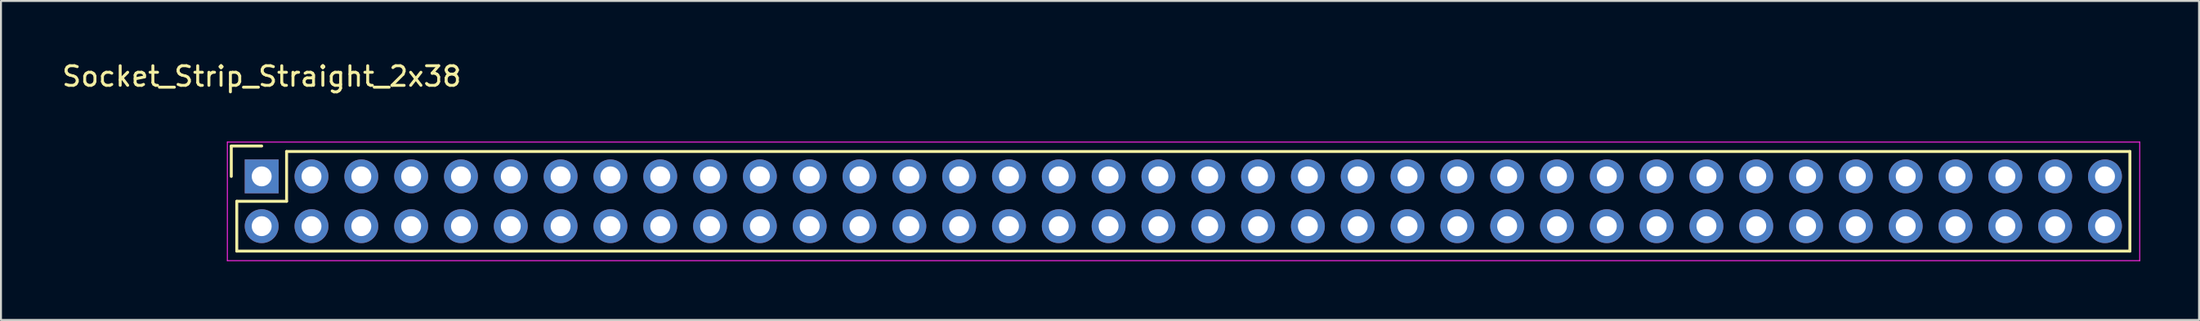
<source format=kicad_pcb>
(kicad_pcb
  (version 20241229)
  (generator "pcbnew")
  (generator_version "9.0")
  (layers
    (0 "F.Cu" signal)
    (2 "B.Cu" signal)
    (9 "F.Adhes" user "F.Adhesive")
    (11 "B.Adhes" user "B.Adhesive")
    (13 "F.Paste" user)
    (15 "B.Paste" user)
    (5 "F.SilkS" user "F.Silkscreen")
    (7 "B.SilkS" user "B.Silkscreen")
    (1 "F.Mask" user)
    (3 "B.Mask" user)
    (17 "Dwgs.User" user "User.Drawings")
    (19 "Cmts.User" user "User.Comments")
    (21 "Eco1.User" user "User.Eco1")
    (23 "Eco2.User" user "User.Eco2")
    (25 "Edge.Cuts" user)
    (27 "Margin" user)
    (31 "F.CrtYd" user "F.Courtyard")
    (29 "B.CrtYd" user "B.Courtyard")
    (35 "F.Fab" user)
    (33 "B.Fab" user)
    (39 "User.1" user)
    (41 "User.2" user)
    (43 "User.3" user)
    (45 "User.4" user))
  (footprint "Socket_Strip_Straight_2x38"
    (layer "F.Cu")
    (at 10.292 5.948)
    (property "Reference" "Socket_Strip_Straight_2x38" (at 0 -5.1 0) (layer "F.SilkS") (effects (font (size 1 1) (thickness 0.15))))
    (attr through_hole)
    (fp_line (start -1.55 -1.55) (end -1.55 0) (stroke (width 0.15) (type solid)) (layer "F.SilkS"))
    (fp_line (start -1.27 1.27) (end 1.27 1.27) (stroke (width 0.15) (type solid)) (layer "F.SilkS"))
    (fp_line (start -1.27 3.81) (end -1.27 1.27) (stroke (width 0.15) (type solid)) (layer "F.SilkS"))
    (fp_line (start -1.27 3.81) (end 95.25 3.81) (stroke (width 0.15) (type solid)) (layer "F.SilkS"))
    (fp_line (start 0 -1.55) (end -1.55 -1.55) (stroke (width 0.15) (type solid)) (layer "F.SilkS"))
    (fp_line (start 1.27 1.27) (end 1.27 -1.27) (stroke (width 0.15) (type solid)) (layer "F.SilkS"))
    (fp_line (start 95.25 -1.27) (end 1.27 -1.27) (stroke (width 0.15) (type solid)) (layer "F.SilkS"))
    (fp_line (start 95.25 3.81) (end 95.25 -1.27) (stroke (width 0.15) (type solid)) (layer "F.SilkS"))
    (fp_line (start -1.75 -1.75) (end -1.75 4.3) (stroke (width 0.05) (type solid)) (layer "F.CrtYd"))
    (fp_line (start -1.75 -1.75) (end 95.75 -1.75) (stroke (width 0.05) (type solid)) (layer "F.CrtYd"))
    (fp_line (start -1.75 4.3) (end 95.75 4.3) (stroke (width 0.05) (type solid)) (layer "F.CrtYd"))
    (fp_line (start 95.75 -1.75) (end 95.75 4.3) (stroke (width 0.05) (type solid)) (layer "F.CrtYd"))
    (pad "1" thru_hole rect (at 0 0) (size 1.727 1.727) (drill 1.016) (layers "*.Cu" "*.Mask"))
    (pad "2" thru_hole oval (at 0 2.54) (size 1.727 1.727) (drill 1.016) (layers "*.Cu" "*.Mask"))
    (pad "3" thru_hole oval (at 2.54 0) (size 1.727 1.727) (drill 1.016) (layers "*.Cu" "*.Mask"))
    (pad "4" thru_hole oval (at 2.54 2.54) (size 1.727 1.727) (drill 1.016) (layers "*.Cu" "*.Mask"))
    (pad "5" thru_hole oval (at 5.08 0) (size 1.727 1.727) (drill 1.016) (layers "*.Cu" "*.Mask"))
    (pad "6" thru_hole oval (at 5.08 2.54) (size 1.727 1.727) (drill 1.016) (layers "*.Cu" "*.Mask"))
    (pad "7" thru_hole oval (at 7.62 0) (size 1.727 1.727) (drill 1.016) (layers "*.Cu" "*.Mask"))
    (pad "8" thru_hole oval (at 7.62 2.54) (size 1.727 1.727) (drill 1.016) (layers "*.Cu" "*.Mask"))
    (pad "9" thru_hole oval (at 10.16 0) (size 1.727 1.727) (drill 1.016) (layers "*.Cu" "*.Mask"))
    (pad "10" thru_hole oval (at 10.16 2.54) (size 1.727 1.727) (drill 1.016) (layers "*.Cu" "*.Mask"))
    (pad "11" thru_hole oval (at 12.7 0) (size 1.727 1.727) (drill 1.016) (layers "*.Cu" "*.Mask"))
    (pad "12" thru_hole oval (at 12.7 2.54) (size 1.727 1.727) (drill 1.016) (layers "*.Cu" "*.Mask"))
    (pad "13" thru_hole oval (at 15.24 0) (size 1.727 1.727) (drill 1.016) (layers "*.Cu" "*.Mask"))
    (pad "14" thru_hole oval (at 15.24 2.54) (size 1.727 1.727) (drill 1.016) (layers "*.Cu" "*.Mask"))
    (pad "15" thru_hole oval (at 17.78 0) (size 1.727 1.727) (drill 1.016) (layers "*.Cu" "*.Mask"))
    (pad "16" thru_hole oval (at 17.78 2.54) (size 1.727 1.727) (drill 1.016) (layers "*.Cu" "*.Mask"))
    (pad "17" thru_hole oval (at 20.32 0) (size 1.727 1.727) (drill 1.016) (layers "*.Cu" "*.Mask"))
    (pad "18" thru_hole oval (at 20.32 2.54) (size 1.727 1.727) (drill 1.016) (layers "*.Cu" "*.Mask"))
    (pad "19" thru_hole oval (at 22.86 0) (size 1.727 1.727) (drill 1.016) (layers "*.Cu" "*.Mask"))
    (pad "20" thru_hole oval (at 22.86 2.54) (size 1.727 1.727) (drill 1.016) (layers "*.Cu" "*.Mask"))
    (pad "21" thru_hole oval (at 25.4 0) (size 1.727 1.727) (drill 1.016) (layers "*.Cu" "*.Mask"))
    (pad "22" thru_hole oval (at 25.4 2.54) (size 1.727 1.727) (drill 1.016) (layers "*.Cu" "*.Mask"))
    (pad "23" thru_hole oval (at 27.94 0) (size 1.727 1.727) (drill 1.016) (layers "*.Cu" "*.Mask"))
    (pad "24" thru_hole oval (at 27.94 2.54) (size 1.727 1.727) (drill 1.016) (layers "*.Cu" "*.Mask"))
    (pad "25" thru_hole oval (at 30.48 0) (size 1.727 1.727) (drill 1.016) (layers "*.Cu" "*.Mask"))
    (pad "26" thru_hole oval (at 30.48 2.54) (size 1.727 1.727) (drill 1.016) (layers "*.Cu" "*.Mask"))
    (pad "27" thru_hole oval (at 33.02 0) (size 1.727 1.727) (drill 1.016) (layers "*.Cu" "*.Mask"))
    (pad "28" thru_hole oval (at 33.02 2.54) (size 1.727 1.727) (drill 1.016) (layers "*.Cu" "*.Mask"))
    (pad "29" thru_hole oval (at 35.56 0) (size 1.727 1.727) (drill 1.016) (layers "*.Cu" "*.Mask"))
    (pad "30" thru_hole oval (at 35.56 2.54) (size 1.727 1.727) (drill 1.016) (layers "*.Cu" "*.Mask"))
    (pad "31" thru_hole oval (at 38.1 0) (size 1.727 1.727) (drill 1.016) (layers "*.Cu" "*.Mask"))
    (pad "32" thru_hole oval (at 38.1 2.54) (size 1.727 1.727) (drill 1.016) (layers "*.Cu" "*.Mask"))
    (pad "33" thru_hole oval (at 40.64 0) (size 1.727 1.727) (drill 1.016) (layers "*.Cu" "*.Mask"))
    (pad "34" thru_hole oval (at 40.64 2.54) (size 1.727 1.727) (drill 1.016) (layers "*.Cu" "*.Mask"))
    (pad "35" thru_hole oval (at 43.18 0) (size 1.727 1.727) (drill 1.016) (layers "*.Cu" "*.Mask"))
    (pad "36" thru_hole oval (at 43.18 2.54) (size 1.727 1.727) (drill 1.016) (layers "*.Cu" "*.Mask"))
    (pad "37" thru_hole oval (at 45.72 0) (size 1.727 1.727) (drill 1.016) (layers "*.Cu" "*.Mask"))
    (pad "38" thru_hole oval (at 45.72 2.54) (size 1.727 1.727) (drill 1.016) (layers "*.Cu" "*.Mask"))
    (pad "39" thru_hole oval (at 48.26 0) (size 1.727 1.727) (drill 1.016) (layers "*.Cu" "*.Mask"))
    (pad "40" thru_hole oval (at 48.26 2.54) (size 1.727 1.727) (drill 1.016) (layers "*.Cu" "*.Mask"))
    (pad "41" thru_hole oval (at 50.8 0) (size 1.727 1.727) (drill 1.016) (layers "*.Cu" "*.Mask"))
    (pad "42" thru_hole oval (at 50.8 2.54) (size 1.727 1.727) (drill 1.016) (layers "*.Cu" "*.Mask"))
    (pad "43" thru_hole oval (at 53.34 0) (size 1.727 1.727) (drill 1.016) (layers "*.Cu" "*.Mask"))
    (pad "44" thru_hole oval (at 53.34 2.54) (size 1.727 1.727) (drill 1.016) (layers "*.Cu" "*.Mask"))
    (pad "45" thru_hole oval (at 55.88 0) (size 1.727 1.727) (drill 1.016) (layers "*.Cu" "*.Mask"))
    (pad "46" thru_hole oval (at 55.88 2.54) (size 1.727 1.727) (drill 1.016) (layers "*.Cu" "*.Mask"))
    (pad "47" thru_hole oval (at 58.42 0) (size 1.727 1.727) (drill 1.016) (layers "*.Cu" "*.Mask"))
    (pad "48" thru_hole oval (at 58.42 2.54) (size 1.727 1.727) (drill 1.016) (layers "*.Cu" "*.Mask"))
    (pad "49" thru_hole oval (at 60.96 0) (size 1.727 1.727) (drill 1.016) (layers "*.Cu" "*.Mask"))
    (pad "50" thru_hole oval (at 60.96 2.54) (size 1.727 1.727) (drill 1.016) (layers "*.Cu" "*.Mask"))
    (pad "51" thru_hole oval (at 63.5 0) (size 1.727 1.727) (drill 1.016) (layers "*.Cu" "*.Mask"))
    (pad "52" thru_hole oval (at 63.5 2.54) (size 1.727 1.727) (drill 1.016) (layers "*.Cu" "*.Mask"))
    (pad "53" thru_hole oval (at 66.04 0) (size 1.727 1.727) (drill 1.016) (layers "*.Cu" "*.Mask"))
    (pad "54" thru_hole oval (at 66.04 2.54) (size 1.727 1.727) (drill 1.016) (layers "*.Cu" "*.Mask"))
    (pad "55" thru_hole oval (at 68.58 0) (size 1.727 1.727) (drill 1.016) (layers "*.Cu" "*.Mask"))
    (pad "56" thru_hole oval (at 68.58 2.54) (size 1.727 1.727) (drill 1.016) (layers "*.Cu" "*.Mask"))
    (pad "57" thru_hole oval (at 71.12 0) (size 1.727 1.727) (drill 1.016) (layers "*.Cu" "*.Mask"))
    (pad "58" thru_hole oval (at 71.12 2.54) (size 1.727 1.727) (drill 1.016) (layers "*.Cu" "*.Mask"))
    (pad "59" thru_hole oval (at 73.66 0) (size 1.727 1.727) (drill 1.016) (layers "*.Cu" "*.Mask"))
    (pad "60" thru_hole oval (at 73.66 2.54) (size 1.727 1.727) (drill 1.016) (layers "*.Cu" "*.Mask"))
    (pad "61" thru_hole oval (at 76.2 0) (size 1.727 1.727) (drill 1.016) (layers "*.Cu" "*.Mask"))
    (pad "62" thru_hole oval (at 76.2 2.54) (size 1.727 1.727) (drill 1.016) (layers "*.Cu" "*.Mask"))
    (pad "63" thru_hole oval (at 78.74 0) (size 1.727 1.727) (drill 1.016) (layers "*.Cu" "*.Mask"))
    (pad "64" thru_hole oval (at 78.74 2.54) (size 1.727 1.727) (drill 1.016) (layers "*.Cu" "*.Mask"))
    (pad "65" thru_hole oval (at 81.28 0) (size 1.727 1.727) (drill 1.016) (layers "*.Cu" "*.Mask"))
    (pad "66" thru_hole oval (at 81.28 2.54) (size 1.727 1.727) (drill 1.016) (layers "*.Cu" "*.Mask"))
    (pad "67" thru_hole oval (at 83.82 0) (size 1.727 1.727) (drill 1.016) (layers "*.Cu" "*.Mask"))
    (pad "68" thru_hole oval (at 83.82 2.54) (size 1.727 1.727) (drill 1.016) (layers "*.Cu" "*.Mask"))
    (pad "69" thru_hole oval (at 86.36 0) (size 1.727 1.727) (drill 1.016) (layers "*.Cu" "*.Mask"))
    (pad "70" thru_hole oval (at 86.36 2.54) (size 1.727 1.727) (drill 1.016) (layers "*.Cu" "*.Mask"))
    (pad "71" thru_hole oval (at 88.9 0) (size 1.727 1.727) (drill 1.016) (layers "*.Cu" "*.Mask"))
    (pad "72" thru_hole oval (at 88.9 2.54) (size 1.727 1.727) (drill 1.016) (layers "*.Cu" "*.Mask"))
    (pad "73" thru_hole oval (at 91.44 0) (size 1.727 1.727) (drill 1.016) (layers "*.Cu" "*.Mask"))
    (pad "74" thru_hole oval (at 91.44 2.54) (size 1.727 1.727) (drill 1.016) (layers "*.Cu" "*.Mask"))
    (pad "75" thru_hole oval (at 93.98 0) (size 1.727 1.727) (drill 1.016) (layers "*.Cu" "*.Mask"))
    (pad "76" thru_hole oval (at 93.98 2.54) (size 1.727 1.727) (drill 1.016) (layers "*.Cu" "*.Mask")))
  (gr_rect
    (start -3 -3)
    (end 109.067 13.273)
    (stroke (width 0.1) (type default))
    (fill no)
    (layer "Edge.Cuts")))
</source>
